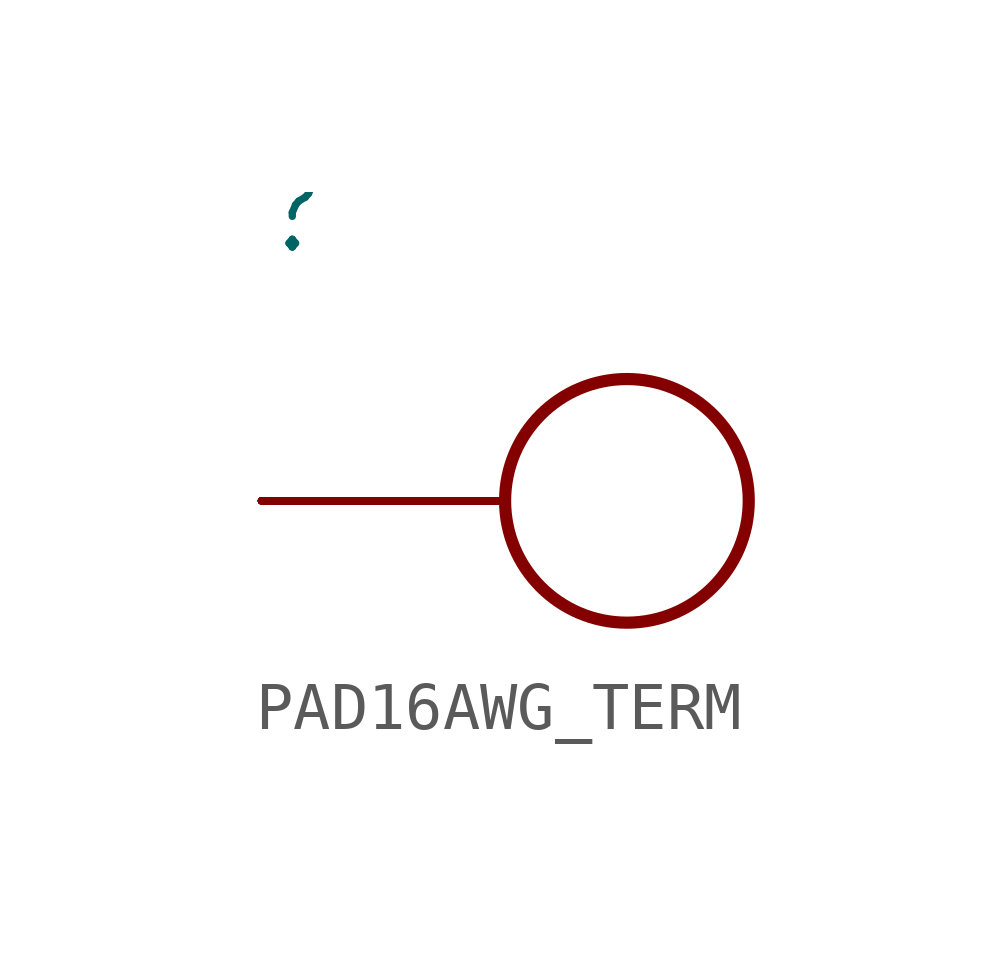
<source format=kicad_sym>
(kicad_symbol_lib
  (version 20241209)
  (generator "kicad_symbol_editor")
  (generator_version "9.0")
  (symbol "PAD16AWG_TERM"
    (property "Reference" ""
      (at -7.62 5.08 0)
      (effects (font (size 1.676 1.425)) (justify left bottom)))
    (property "ki_locked" ""
      (at 0 0 0)
      (effects (font (size 1.27 1.27))))
    (symbol "PAD16AWG_TERM_1_0"
      (circle (center 0 0) (radius 2.54) (stroke (width 0.254) (type solid)) (fill (type none)))
      (pin bidirectional line (at -7.62 0 0) (length 5.08) (name "P$1" (effects (font (size 0 0)))) (number "1" (effects (font (size 0 0)))))
      (pin bidirectional line (at -7.62 0 0) (length 5.08) (name "P$1" (effects (font (size 0 0)))) (number "10" (effects (font (size 0 0)))))
      (pin bidirectional line (at -7.62 0 0) (length 5.08) (name "P$1" (effects (font (size 0 0)))) (number "11" (effects (font (size 0 0)))))
      (pin bidirectional line (at -7.62 0 0) (length 5.08) (name "P$1" (effects (font (size 0 0)))) (number "12" (effects (font (size 0 0)))))
      (pin bidirectional line (at -7.62 0 0) (length 5.08) (name "P$1" (effects (font (size 0 0)))) (number "13" (effects (font (size 0 0)))))
      (pin bidirectional line (at -7.62 0 0) (length 5.08) (name "P$1" (effects (font (size 0 0)))) (number "2" (effects (font (size 0 0)))))
      (pin bidirectional line (at -7.62 0 0) (length 5.08) (name "P$1" (effects (font (size 0 0)))) (number "3" (effects (font (size 0 0)))))
      (pin bidirectional line (at -7.62 0 0) (length 5.08) (name "P$1" (effects (font (size 0 0)))) (number "4" (effects (font (size 0 0)))))
      (pin bidirectional line (at -7.62 0 0) (length 5.08) (name "P$1" (effects (font (size 0 0)))) (number "5" (effects (font (size 0 0)))))
      (pin bidirectional line (at -7.62 0 0) (length 5.08) (name "P$1" (effects (font (size 0 0)))) (number "6" (effects (font (size 0 0)))))
      (pin bidirectional line (at -7.62 0 0) (length 5.08) (name "P$1" (effects (font (size 0 0)))) (number "7" (effects (font (size 0 0)))))
      (pin bidirectional line (at -7.62 0 0) (length 5.08) (name "P$1" (effects (font (size 0 0)))) (number "8" (effects (font (size 0 0)))))
      (pin bidirectional line (at -7.62 0 0) (length 5.08) (name "P$1" (effects (font (size 0 0)))) (number "9" (effects (font (size 0 0))))))))
</source>
